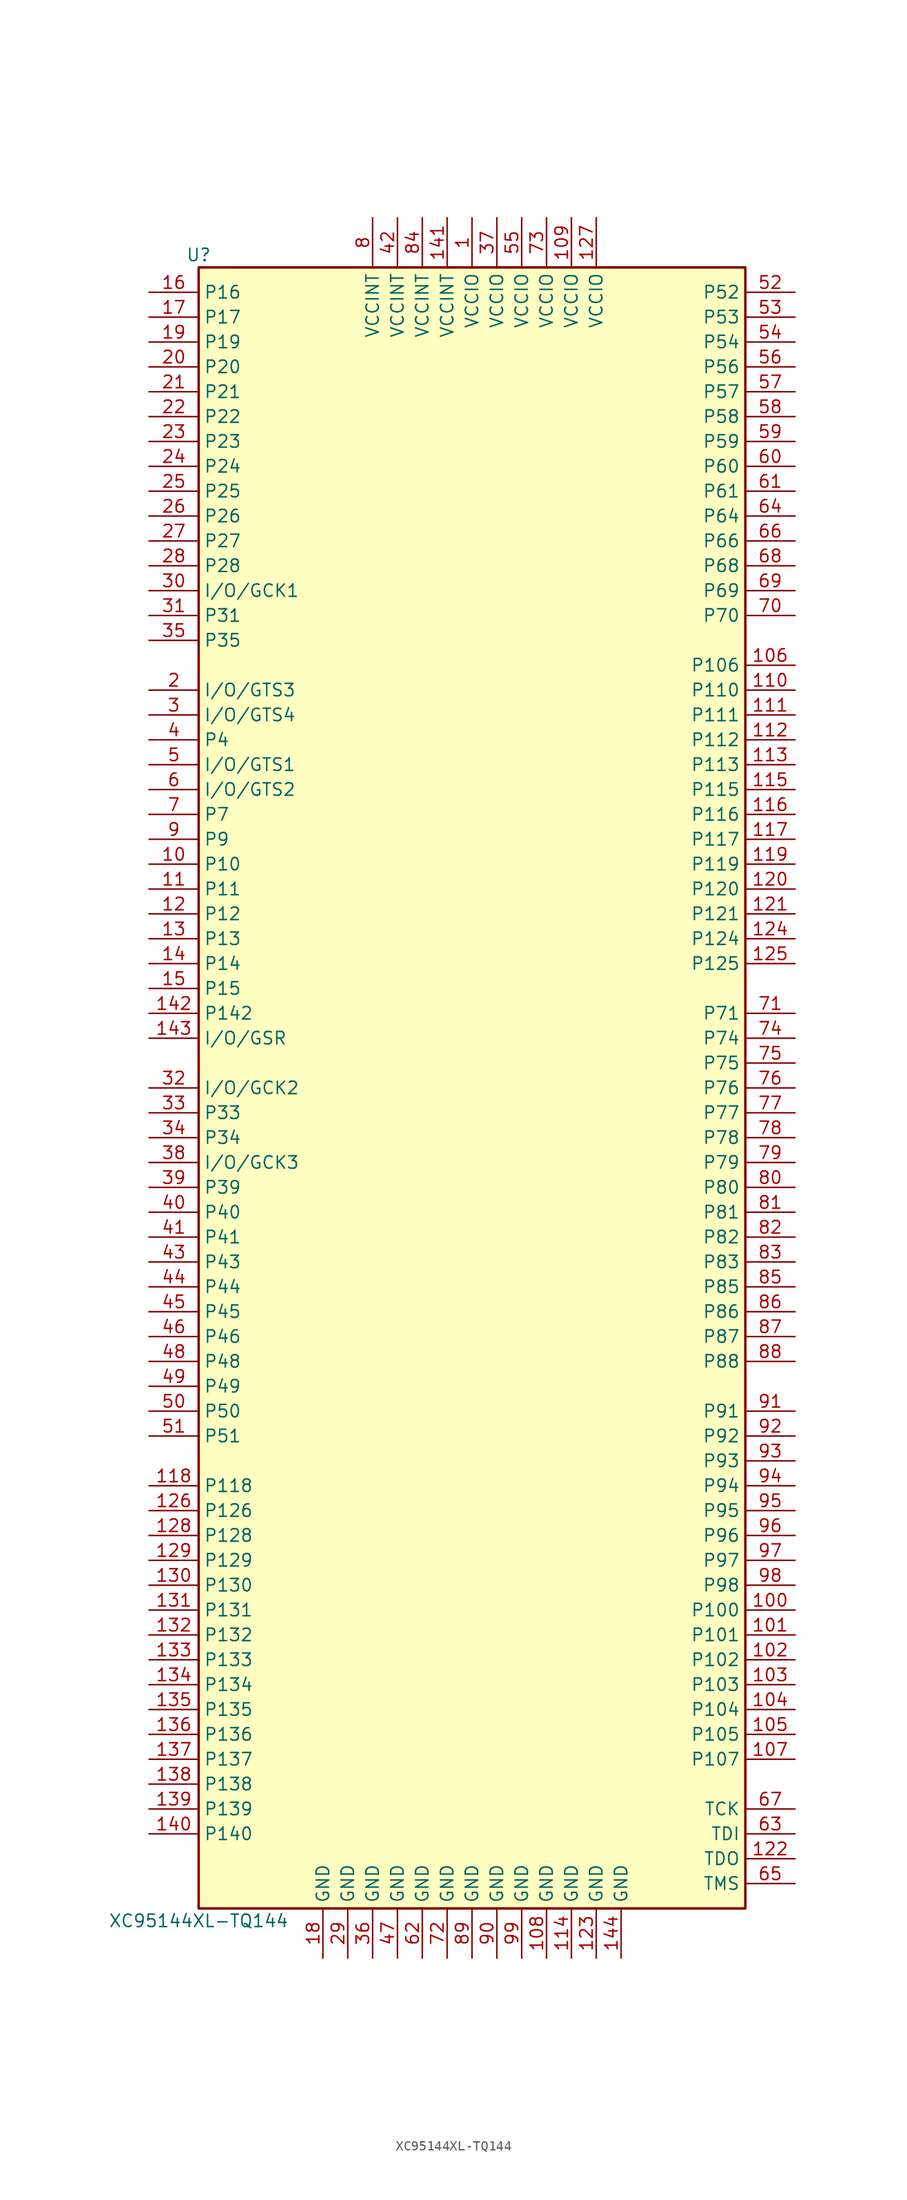
<source format=kicad_sym>
(kicad_symbol_lib
  (version 20201005)
  (generator kicad_symbol_editor)
  (symbol "XC95144XL-TQ144"
    (property "Reference" "U"
      (at -27.94 85.09 0)
      (effects (font (size 1.27 1.27))))
    (property "Value" "XC95144XL-TQ144"
      (at -27.94 -85.09 0)
      (effects (font (size 1.27 1.27))))
    (symbol "XC95144XL-TQ144_1_1"
      (rectangle (start -27.94 83.82) (end 27.94 -83.82) (stroke (width 0.254)) (fill (type background)))
      (pin power_in line (at 0 88.9 270) (length 5.08) (name "VCCIO" (effects (font (size 1.27 1.27)))) (number "1" (effects (font (size 1.27 1.27)))))
      (pin bidirectional line (at -33.02 40.64 0) (length 5.08) (name "I/O/GTS3" (effects (font (size 1.27 1.27)))) (number "2" (effects (font (size 1.27 1.27)))))
      (pin bidirectional line (at -33.02 38.1 0) (length 5.08) (name "I/O/GTS4" (effects (font (size 1.27 1.27)))) (number "3" (effects (font (size 1.27 1.27)))))
      (pin bidirectional line (at -33.02 35.56 0) (length 5.08) (name "P4" (effects (font (size 1.27 1.27)))) (number "4" (effects (font (size 1.27 1.27)))))
      (pin bidirectional line (at -33.02 33.02 0) (length 5.08) (name "I/O/GTS1" (effects (font (size 1.27 1.27)))) (number "5" (effects (font (size 1.27 1.27)))))
      (pin bidirectional line (at -33.02 30.48 0) (length 5.08) (name "I/O/GTS2" (effects (font (size 1.27 1.27)))) (number "6" (effects (font (size 1.27 1.27)))))
      (pin bidirectional line (at -33.02 27.94 0) (length 5.08) (name "P7" (effects (font (size 1.27 1.27)))) (number "7" (effects (font (size 1.27 1.27)))))
      (pin power_in line (at -10.16 88.9 270) (length 5.08) (name "VCCINT" (effects (font (size 1.27 1.27)))) (number "8" (effects (font (size 1.27 1.27)))))
      (pin bidirectional line (at -33.02 25.4 0) (length 5.08) (name "P9" (effects (font (size 1.27 1.27)))) (number "9" (effects (font (size 1.27 1.27)))))
      (pin bidirectional line (at -33.02 22.86 0) (length 5.08) (name "P10" (effects (font (size 1.27 1.27)))) (number "10" (effects (font (size 1.27 1.27)))))
      (pin bidirectional line (at -33.02 73.66 0) (length 5.08) (name "P20" (effects (font (size 1.27 1.27)))) (number "20" (effects (font (size 1.27 1.27)))))
      (pin bidirectional line (at -33.02 50.8 0) (length 5.08) (name "I/O/GCK1" (effects (font (size 1.27 1.27)))) (number "30" (effects (font (size 1.27 1.27)))))
      (pin bidirectional line (at -33.02 -12.7 0) (length 5.08) (name "P40" (effects (font (size 1.27 1.27)))) (number "40" (effects (font (size 1.27 1.27)))))
      (pin bidirectional line (at -33.02 -33.02 0) (length 5.08) (name "P50" (effects (font (size 1.27 1.27)))) (number "50" (effects (font (size 1.27 1.27)))))
      (pin bidirectional line (at 33.02 63.5 180) (length 5.08) (name "P60" (effects (font (size 1.27 1.27)))) (number "60" (effects (font (size 1.27 1.27)))))
      (pin bidirectional line (at 33.02 48.26 180) (length 5.08) (name "P70" (effects (font (size 1.27 1.27)))) (number "70" (effects (font (size 1.27 1.27)))))
      (pin bidirectional line (at 33.02 -10.16 180) (length 5.08) (name "P80" (effects (font (size 1.27 1.27)))) (number "80" (effects (font (size 1.27 1.27)))))
      (pin power_in line (at 2.54 -88.9 90) (length 5.08) (name "GND" (effects (font (size 1.27 1.27)))) (number "90" (effects (font (size 1.27 1.27)))))
      (pin bidirectional line (at -33.02 20.32 0) (length 5.08) (name "P11" (effects (font (size 1.27 1.27)))) (number "11" (effects (font (size 1.27 1.27)))))
      (pin bidirectional line (at -33.02 71.12 0) (length 5.08) (name "P21" (effects (font (size 1.27 1.27)))) (number "21" (effects (font (size 1.27 1.27)))))
      (pin bidirectional line (at -33.02 48.26 0) (length 5.08) (name "P31" (effects (font (size 1.27 1.27)))) (number "31" (effects (font (size 1.27 1.27)))))
      (pin bidirectional line (at -33.02 -15.24 0) (length 5.08) (name "P41" (effects (font (size 1.27 1.27)))) (number "41" (effects (font (size 1.27 1.27)))))
      (pin bidirectional line (at -33.02 -35.56 0) (length 5.08) (name "P51" (effects (font (size 1.27 1.27)))) (number "51" (effects (font (size 1.27 1.27)))))
      (pin bidirectional line (at 33.02 60.96 180) (length 5.08) (name "P61" (effects (font (size 1.27 1.27)))) (number "61" (effects (font (size 1.27 1.27)))))
      (pin bidirectional line (at 33.02 7.62 180) (length 5.08) (name "P71" (effects (font (size 1.27 1.27)))) (number "71" (effects (font (size 1.27 1.27)))))
      (pin bidirectional line (at 33.02 -12.7 180) (length 5.08) (name "P81" (effects (font (size 1.27 1.27)))) (number "81" (effects (font (size 1.27 1.27)))))
      (pin bidirectional line (at 33.02 -33.02 180) (length 5.08) (name "P91" (effects (font (size 1.27 1.27)))) (number "91" (effects (font (size 1.27 1.27)))))
      (pin bidirectional line (at -33.02 17.78 0) (length 5.08) (name "P12" (effects (font (size 1.27 1.27)))) (number "12" (effects (font (size 1.27 1.27)))))
      (pin bidirectional line (at -33.02 68.58 0) (length 5.08) (name "P22" (effects (font (size 1.27 1.27)))) (number "22" (effects (font (size 1.27 1.27)))))
      (pin bidirectional line (at -33.02 0 0) (length 5.08) (name "I/O/GCK2" (effects (font (size 1.27 1.27)))) (number "32" (effects (font (size 1.27 1.27)))))
      (pin power_in line (at -7.62 88.9 270) (length 5.08) (name "VCCINT" (effects (font (size 1.27 1.27)))) (number "42" (effects (font (size 1.27 1.27)))))
      (pin bidirectional line (at 33.02 81.28 180) (length 5.08) (name "P52" (effects (font (size 1.27 1.27)))) (number "52" (effects (font (size 1.27 1.27)))))
      (pin power_in line (at -5.08 -88.9 90) (length 5.08) (name "GND" (effects (font (size 1.27 1.27)))) (number "62" (effects (font (size 1.27 1.27)))))
      (pin power_in line (at -2.54 -88.9 90) (length 5.08) (name "GND" (effects (font (size 1.27 1.27)))) (number "72" (effects (font (size 1.27 1.27)))))
      (pin bidirectional line (at 33.02 -15.24 180) (length 5.08) (name "P82" (effects (font (size 1.27 1.27)))) (number "82" (effects (font (size 1.27 1.27)))))
      (pin bidirectional line (at 33.02 -35.56 180) (length 5.08) (name "P92" (effects (font (size 1.27 1.27)))) (number "92" (effects (font (size 1.27 1.27)))))
      (pin bidirectional line (at -33.02 15.24 0) (length 5.08) (name "P13" (effects (font (size 1.27 1.27)))) (number "13" (effects (font (size 1.27 1.27)))))
      (pin bidirectional line (at -33.02 66.04 0) (length 5.08) (name "P23" (effects (font (size 1.27 1.27)))) (number "23" (effects (font (size 1.27 1.27)))))
      (pin bidirectional line (at -33.02 -2.54 0) (length 5.08) (name "P33" (effects (font (size 1.27 1.27)))) (number "33" (effects (font (size 1.27 1.27)))))
      (pin bidirectional line (at -33.02 -17.78 0) (length 5.08) (name "P43" (effects (font (size 1.27 1.27)))) (number "43" (effects (font (size 1.27 1.27)))))
      (pin bidirectional line (at 33.02 78.74 180) (length 5.08) (name "P53" (effects (font (size 1.27 1.27)))) (number "53" (effects (font (size 1.27 1.27)))))
      (pin bidirectional line (at 33.02 -76.2 180) (length 5.08) (name "TDI" (effects (font (size 1.27 1.27)))) (number "63" (effects (font (size 1.27 1.27)))))
      (pin power_in line (at 7.62 88.9 270) (length 5.08) (name "VCCIO" (effects (font (size 1.27 1.27)))) (number "73" (effects (font (size 1.27 1.27)))))
      (pin bidirectional line (at 33.02 -17.78 180) (length 5.08) (name "P83" (effects (font (size 1.27 1.27)))) (number "83" (effects (font (size 1.27 1.27)))))
      (pin bidirectional line (at 33.02 -38.1 180) (length 5.08) (name "P93" (effects (font (size 1.27 1.27)))) (number "93" (effects (font (size 1.27 1.27)))))
      (pin bidirectional line (at -33.02 12.7 0) (length 5.08) (name "P14" (effects (font (size 1.27 1.27)))) (number "14" (effects (font (size 1.27 1.27)))))
      (pin bidirectional line (at -33.02 63.5 0) (length 5.08) (name "P24" (effects (font (size 1.27 1.27)))) (number "24" (effects (font (size 1.27 1.27)))))
      (pin bidirectional line (at -33.02 -5.08 0) (length 5.08) (name "P34" (effects (font (size 1.27 1.27)))) (number "34" (effects (font (size 1.27 1.27)))))
      (pin bidirectional line (at -33.02 -20.32 0) (length 5.08) (name "P44" (effects (font (size 1.27 1.27)))) (number "44" (effects (font (size 1.27 1.27)))))
      (pin bidirectional line (at 33.02 76.2 180) (length 5.08) (name "P54" (effects (font (size 1.27 1.27)))) (number "54" (effects (font (size 1.27 1.27)))))
      (pin bidirectional line (at 33.02 58.42 180) (length 5.08) (name "P64" (effects (font (size 1.27 1.27)))) (number "64" (effects (font (size 1.27 1.27)))))
      (pin bidirectional line (at 33.02 5.08 180) (length 5.08) (name "P74" (effects (font (size 1.27 1.27)))) (number "74" (effects (font (size 1.27 1.27)))))
      (pin power_in line (at -5.08 88.9 270) (length 5.08) (name "VCCINT" (effects (font (size 1.27 1.27)))) (number "84" (effects (font (size 1.27 1.27)))))
      (pin bidirectional line (at 33.02 -40.64 180) (length 5.08) (name "P94" (effects (font (size 1.27 1.27)))) (number "94" (effects (font (size 1.27 1.27)))))
      (pin bidirectional line (at -33.02 10.16 0) (length 5.08) (name "P15" (effects (font (size 1.27 1.27)))) (number "15" (effects (font (size 1.27 1.27)))))
      (pin bidirectional line (at -33.02 60.96 0) (length 5.08) (name "P25" (effects (font (size 1.27 1.27)))) (number "25" (effects (font (size 1.27 1.27)))))
      (pin bidirectional line (at -33.02 45.72 0) (length 5.08) (name "P35" (effects (font (size 1.27 1.27)))) (number "35" (effects (font (size 1.27 1.27)))))
      (pin bidirectional line (at -33.02 -22.86 0) (length 5.08) (name "P45" (effects (font (size 1.27 1.27)))) (number "45" (effects (font (size 1.27 1.27)))))
      (pin power_in line (at 5.08 88.9 270) (length 5.08) (name "VCCIO" (effects (font (size 1.27 1.27)))) (number "55" (effects (font (size 1.27 1.27)))))
      (pin bidirectional line (at 33.02 -81.28 180) (length 5.08) (name "TMS" (effects (font (size 1.27 1.27)))) (number "65" (effects (font (size 1.27 1.27)))))
      (pin bidirectional line (at 33.02 2.54 180) (length 5.08) (name "P75" (effects (font (size 1.27 1.27)))) (number "75" (effects (font (size 1.27 1.27)))))
      (pin bidirectional line (at 33.02 -20.32 180) (length 5.08) (name "P85" (effects (font (size 1.27 1.27)))) (number "85" (effects (font (size 1.27 1.27)))))
      (pin bidirectional line (at 33.02 -43.18 180) (length 5.08) (name "P95" (effects (font (size 1.27 1.27)))) (number "95" (effects (font (size 1.27 1.27)))))
      (pin bidirectional line (at -33.02 81.28 0) (length 5.08) (name "P16" (effects (font (size 1.27 1.27)))) (number "16" (effects (font (size 1.27 1.27)))))
      (pin bidirectional line (at -33.02 58.42 0) (length 5.08) (name "P26" (effects (font (size 1.27 1.27)))) (number "26" (effects (font (size 1.27 1.27)))))
      (pin power_in line (at -10.16 -88.9 90) (length 5.08) (name "GND" (effects (font (size 1.27 1.27)))) (number "36" (effects (font (size 1.27 1.27)))))
      (pin bidirectional line (at -33.02 -25.4 0) (length 5.08) (name "P46" (effects (font (size 1.27 1.27)))) (number "46" (effects (font (size 1.27 1.27)))))
      (pin bidirectional line (at 33.02 73.66 180) (length 5.08) (name "P56" (effects (font (size 1.27 1.27)))) (number "56" (effects (font (size 1.27 1.27)))))
      (pin bidirectional line (at 33.02 55.88 180) (length 5.08) (name "P66" (effects (font (size 1.27 1.27)))) (number "66" (effects (font (size 1.27 1.27)))))
      (pin bidirectional line (at 33.02 0 180) (length 5.08) (name "P76" (effects (font (size 1.27 1.27)))) (number "76" (effects (font (size 1.27 1.27)))))
      (pin bidirectional line (at 33.02 -22.86 180) (length 5.08) (name "P86" (effects (font (size 1.27 1.27)))) (number "86" (effects (font (size 1.27 1.27)))))
      (pin bidirectional line (at 33.02 -45.72 180) (length 5.08) (name "P96" (effects (font (size 1.27 1.27)))) (number "96" (effects (font (size 1.27 1.27)))))
      (pin bidirectional line (at -33.02 78.74 0) (length 5.08) (name "P17" (effects (font (size 1.27 1.27)))) (number "17" (effects (font (size 1.27 1.27)))))
      (pin bidirectional line (at -33.02 55.88 0) (length 5.08) (name "P27" (effects (font (size 1.27 1.27)))) (number "27" (effects (font (size 1.27 1.27)))))
      (pin power_in line (at 2.54 88.9 270) (length 5.08) (name "VCCIO" (effects (font (size 1.27 1.27)))) (number "37" (effects (font (size 1.27 1.27)))))
      (pin power_in line (at -7.62 -88.9 90) (length 5.08) (name "GND" (effects (font (size 1.27 1.27)))) (number "47" (effects (font (size 1.27 1.27)))))
      (pin bidirectional line (at 33.02 71.12 180) (length 5.08) (name "P57" (effects (font (size 1.27 1.27)))) (number "57" (effects (font (size 1.27 1.27)))))
      (pin bidirectional line (at 33.02 -73.66 180) (length 5.08) (name "TCK" (effects (font (size 1.27 1.27)))) (number "67" (effects (font (size 1.27 1.27)))))
      (pin bidirectional line (at 33.02 -2.54 180) (length 5.08) (name "P77" (effects (font (size 1.27 1.27)))) (number "77" (effects (font (size 1.27 1.27)))))
      (pin bidirectional line (at 33.02 -25.4 180) (length 5.08) (name "P87" (effects (font (size 1.27 1.27)))) (number "87" (effects (font (size 1.27 1.27)))))
      (pin bidirectional line (at 33.02 -48.26 180) (length 5.08) (name "P97" (effects (font (size 1.27 1.27)))) (number "97" (effects (font (size 1.27 1.27)))))
      (pin power_in line (at -15.24 -88.9 90) (length 5.08) (name "GND" (effects (font (size 1.27 1.27)))) (number "18" (effects (font (size 1.27 1.27)))))
      (pin bidirectional line (at -33.02 53.34 0) (length 5.08) (name "P28" (effects (font (size 1.27 1.27)))) (number "28" (effects (font (size 1.27 1.27)))))
      (pin bidirectional line (at -33.02 -7.62 0) (length 5.08) (name "I/O/GCK3" (effects (font (size 1.27 1.27)))) (number "38" (effects (font (size 1.27 1.27)))))
      (pin bidirectional line (at -33.02 -27.94 0) (length 5.08) (name "P48" (effects (font (size 1.27 1.27)))) (number "48" (effects (font (size 1.27 1.27)))))
      (pin bidirectional line (at 33.02 68.58 180) (length 5.08) (name "P58" (effects (font (size 1.27 1.27)))) (number "58" (effects (font (size 1.27 1.27)))))
      (pin bidirectional line (at 33.02 53.34 180) (length 5.08) (name "P68" (effects (font (size 1.27 1.27)))) (number "68" (effects (font (size 1.27 1.27)))))
      (pin bidirectional line (at 33.02 -5.08 180) (length 5.08) (name "P78" (effects (font (size 1.27 1.27)))) (number "78" (effects (font (size 1.27 1.27)))))
      (pin bidirectional line (at 33.02 -27.94 180) (length 5.08) (name "P88" (effects (font (size 1.27 1.27)))) (number "88" (effects (font (size 1.27 1.27)))))
      (pin bidirectional line (at 33.02 -50.8 180) (length 5.08) (name "P98" (effects (font (size 1.27 1.27)))) (number "98" (effects (font (size 1.27 1.27)))))
      (pin bidirectional line (at -33.02 76.2 0) (length 5.08) (name "P19" (effects (font (size 1.27 1.27)))) (number "19" (effects (font (size 1.27 1.27)))))
      (pin power_in line (at -12.7 -88.9 90) (length 5.08) (name "GND" (effects (font (size 1.27 1.27)))) (number "29" (effects (font (size 1.27 1.27)))))
      (pin bidirectional line (at -33.02 -10.16 0) (length 5.08) (name "P39" (effects (font (size 1.27 1.27)))) (number "39" (effects (font (size 1.27 1.27)))))
      (pin bidirectional line (at -33.02 -30.48 0) (length 5.08) (name "P49" (effects (font (size 1.27 1.27)))) (number "49" (effects (font (size 1.27 1.27)))))
      (pin bidirectional line (at 33.02 66.04 180) (length 5.08) (name "P59" (effects (font (size 1.27 1.27)))) (number "59" (effects (font (size 1.27 1.27)))))
      (pin bidirectional line (at 33.02 50.8 180) (length 5.08) (name "P69" (effects (font (size 1.27 1.27)))) (number "69" (effects (font (size 1.27 1.27)))))
      (pin bidirectional line (at 33.02 -7.62 180) (length 5.08) (name "P79" (effects (font (size 1.27 1.27)))) (number "79" (effects (font (size 1.27 1.27)))))
      (pin power_in line (at 0 -88.9 90) (length 5.08) (name "GND" (effects (font (size 1.27 1.27)))) (number "89" (effects (font (size 1.27 1.27)))))
      (pin power_in line (at 5.08 -88.9 90) (length 5.08) (name "GND" (effects (font (size 1.27 1.27)))) (number "99" (effects (font (size 1.27 1.27)))))
      (pin bidirectional line (at 33.02 -53.34 180) (length 5.08) (name "P100" (effects (font (size 1.27 1.27)))) (number "100" (effects (font (size 1.27 1.27)))))
      (pin bidirectional line (at 33.02 40.64 180) (length 5.08) (name "P110" (effects (font (size 1.27 1.27)))) (number "110" (effects (font (size 1.27 1.27)))))
      (pin bidirectional line (at 33.02 20.32 180) (length 5.08) (name "P120" (effects (font (size 1.27 1.27)))) (number "120" (effects (font (size 1.27 1.27)))))
      (pin bidirectional line (at -33.02 -50.8 0) (length 5.08) (name "P130" (effects (font (size 1.27 1.27)))) (number "130" (effects (font (size 1.27 1.27)))))
      (pin bidirectional line (at -33.02 -76.2 0) (length 5.08) (name "P140" (effects (font (size 1.27 1.27)))) (number "140" (effects (font (size 1.27 1.27)))))
      (pin bidirectional line (at 33.02 -55.88 180) (length 5.08) (name "P101" (effects (font (size 1.27 1.27)))) (number "101" (effects (font (size 1.27 1.27)))))
      (pin bidirectional line (at 33.02 38.1 180) (length 5.08) (name "P111" (effects (font (size 1.27 1.27)))) (number "111" (effects (font (size 1.27 1.27)))))
      (pin bidirectional line (at 33.02 17.78 180) (length 5.08) (name "P121" (effects (font (size 1.27 1.27)))) (number "121" (effects (font (size 1.27 1.27)))))
      (pin bidirectional line (at -33.02 -53.34 0) (length 5.08) (name "P131" (effects (font (size 1.27 1.27)))) (number "131" (effects (font (size 1.27 1.27)))))
      (pin power_in line (at -2.54 88.9 270) (length 5.08) (name "VCCINT" (effects (font (size 1.27 1.27)))) (number "141" (effects (font (size 1.27 1.27)))))
      (pin bidirectional line (at 33.02 -58.42 180) (length 5.08) (name "P102" (effects (font (size 1.27 1.27)))) (number "102" (effects (font (size 1.27 1.27)))))
      (pin bidirectional line (at 33.02 35.56 180) (length 5.08) (name "P112" (effects (font (size 1.27 1.27)))) (number "112" (effects (font (size 1.27 1.27)))))
      (pin bidirectional line (at 33.02 -78.74 180) (length 5.08) (name "TDO" (effects (font (size 1.27 1.27)))) (number "122" (effects (font (size 1.27 1.27)))))
      (pin bidirectional line (at -33.02 -55.88 0) (length 5.08) (name "P132" (effects (font (size 1.27 1.27)))) (number "132" (effects (font (size 1.27 1.27)))))
      (pin bidirectional line (at -33.02 7.62 0) (length 5.08) (name "P142" (effects (font (size 1.27 1.27)))) (number "142" (effects (font (size 1.27 1.27)))))
      (pin bidirectional line (at 33.02 -60.96 180) (length 5.08) (name "P103" (effects (font (size 1.27 1.27)))) (number "103" (effects (font (size 1.27 1.27)))))
      (pin bidirectional line (at 33.02 33.02 180) (length 5.08) (name "P113" (effects (font (size 1.27 1.27)))) (number "113" (effects (font (size 1.27 1.27)))))
      (pin power_in line (at 12.7 -88.9 90) (length 5.08) (name "GND" (effects (font (size 1.27 1.27)))) (number "123" (effects (font (size 1.27 1.27)))))
      (pin bidirectional line (at -33.02 -58.42 0) (length 5.08) (name "P133" (effects (font (size 1.27 1.27)))) (number "133" (effects (font (size 1.27 1.27)))))
      (pin bidirectional line (at -33.02 5.08 0) (length 5.08) (name "I/O/GSR" (effects (font (size 1.27 1.27)))) (number "143" (effects (font (size 1.27 1.27)))))
      (pin bidirectional line (at 33.02 -63.5 180) (length 5.08) (name "P104" (effects (font (size 1.27 1.27)))) (number "104" (effects (font (size 1.27 1.27)))))
      (pin power_in line (at 10.16 -88.9 90) (length 5.08) (name "GND" (effects (font (size 1.27 1.27)))) (number "114" (effects (font (size 1.27 1.27)))))
      (pin bidirectional line (at 33.02 15.24 180) (length 5.08) (name "P124" (effects (font (size 1.27 1.27)))) (number "124" (effects (font (size 1.27 1.27)))))
      (pin bidirectional line (at -33.02 -60.96 0) (length 5.08) (name "P134" (effects (font (size 1.27 1.27)))) (number "134" (effects (font (size 1.27 1.27)))))
      (pin power_in line (at 15.24 -88.9 90) (length 5.08) (name "GND" (effects (font (size 1.27 1.27)))) (number "144" (effects (font (size 1.27 1.27)))))
      (pin bidirectional line (at 33.02 -66.04 180) (length 5.08) (name "P105" (effects (font (size 1.27 1.27)))) (number "105" (effects (font (size 1.27 1.27)))))
      (pin bidirectional line (at 33.02 30.48 180) (length 5.08) (name "P115" (effects (font (size 1.27 1.27)))) (number "115" (effects (font (size 1.27 1.27)))))
      (pin bidirectional line (at 33.02 12.7 180) (length 5.08) (name "P125" (effects (font (size 1.27 1.27)))) (number "125" (effects (font (size 1.27 1.27)))))
      (pin bidirectional line (at -33.02 -63.5 0) (length 5.08) (name "P135" (effects (font (size 1.27 1.27)))) (number "135" (effects (font (size 1.27 1.27)))))
      (pin bidirectional line (at 33.02 43.18 180) (length 5.08) (name "P106" (effects (font (size 1.27 1.27)))) (number "106" (effects (font (size 1.27 1.27)))))
      (pin bidirectional line (at 33.02 27.94 180) (length 5.08) (name "P116" (effects (font (size 1.27 1.27)))) (number "116" (effects (font (size 1.27 1.27)))))
      (pin bidirectional line (at -33.02 -43.18 0) (length 5.08) (name "P126" (effects (font (size 1.27 1.27)))) (number "126" (effects (font (size 1.27 1.27)))))
      (pin bidirectional line (at -33.02 -66.04 0) (length 5.08) (name "P136" (effects (font (size 1.27 1.27)))) (number "136" (effects (font (size 1.27 1.27)))))
      (pin bidirectional line (at 33.02 -68.58 180) (length 5.08) (name "P107" (effects (font (size 1.27 1.27)))) (number "107" (effects (font (size 1.27 1.27)))))
      (pin bidirectional line (at 33.02 25.4 180) (length 5.08) (name "P117" (effects (font (size 1.27 1.27)))) (number "117" (effects (font (size 1.27 1.27)))))
      (pin power_in line (at 12.7 88.9 270) (length 5.08) (name "VCCIO" (effects (font (size 1.27 1.27)))) (number "127" (effects (font (size 1.27 1.27)))))
      (pin bidirectional line (at -33.02 -68.58 0) (length 5.08) (name "P137" (effects (font (size 1.27 1.27)))) (number "137" (effects (font (size 1.27 1.27)))))
      (pin power_in line (at 7.62 -88.9 90) (length 5.08) (name "GND" (effects (font (size 1.27 1.27)))) (number "108" (effects (font (size 1.27 1.27)))))
      (pin bidirectional line (at -33.02 -40.64 0) (length 5.08) (name "P118" (effects (font (size 1.27 1.27)))) (number "118" (effects (font (size 1.27 1.27)))))
      (pin bidirectional line (at -33.02 -45.72 0) (length 5.08) (name "P128" (effects (font (size 1.27 1.27)))) (number "128" (effects (font (size 1.27 1.27)))))
      (pin bidirectional line (at -33.02 -71.12 0) (length 5.08) (name "P138" (effects (font (size 1.27 1.27)))) (number "138" (effects (font (size 1.27 1.27)))))
      (pin power_in line (at 10.16 88.9 270) (length 5.08) (name "VCCIO" (effects (font (size 1.27 1.27)))) (number "109" (effects (font (size 1.27 1.27)))))
      (pin bidirectional line (at 33.02 22.86 180) (length 5.08) (name "P119" (effects (font (size 1.27 1.27)))) (number "119" (effects (font (size 1.27 1.27)))))
      (pin bidirectional line (at -33.02 -48.26 0) (length 5.08) (name "P129" (effects (font (size 1.27 1.27)))) (number "129" (effects (font (size 1.27 1.27)))))
      (pin bidirectional line (at -33.02 -73.66 0) (length 5.08) (name "P139" (effects (font (size 1.27 1.27)))) (number "139" (effects (font (size 1.27 1.27))))))))
</source>
